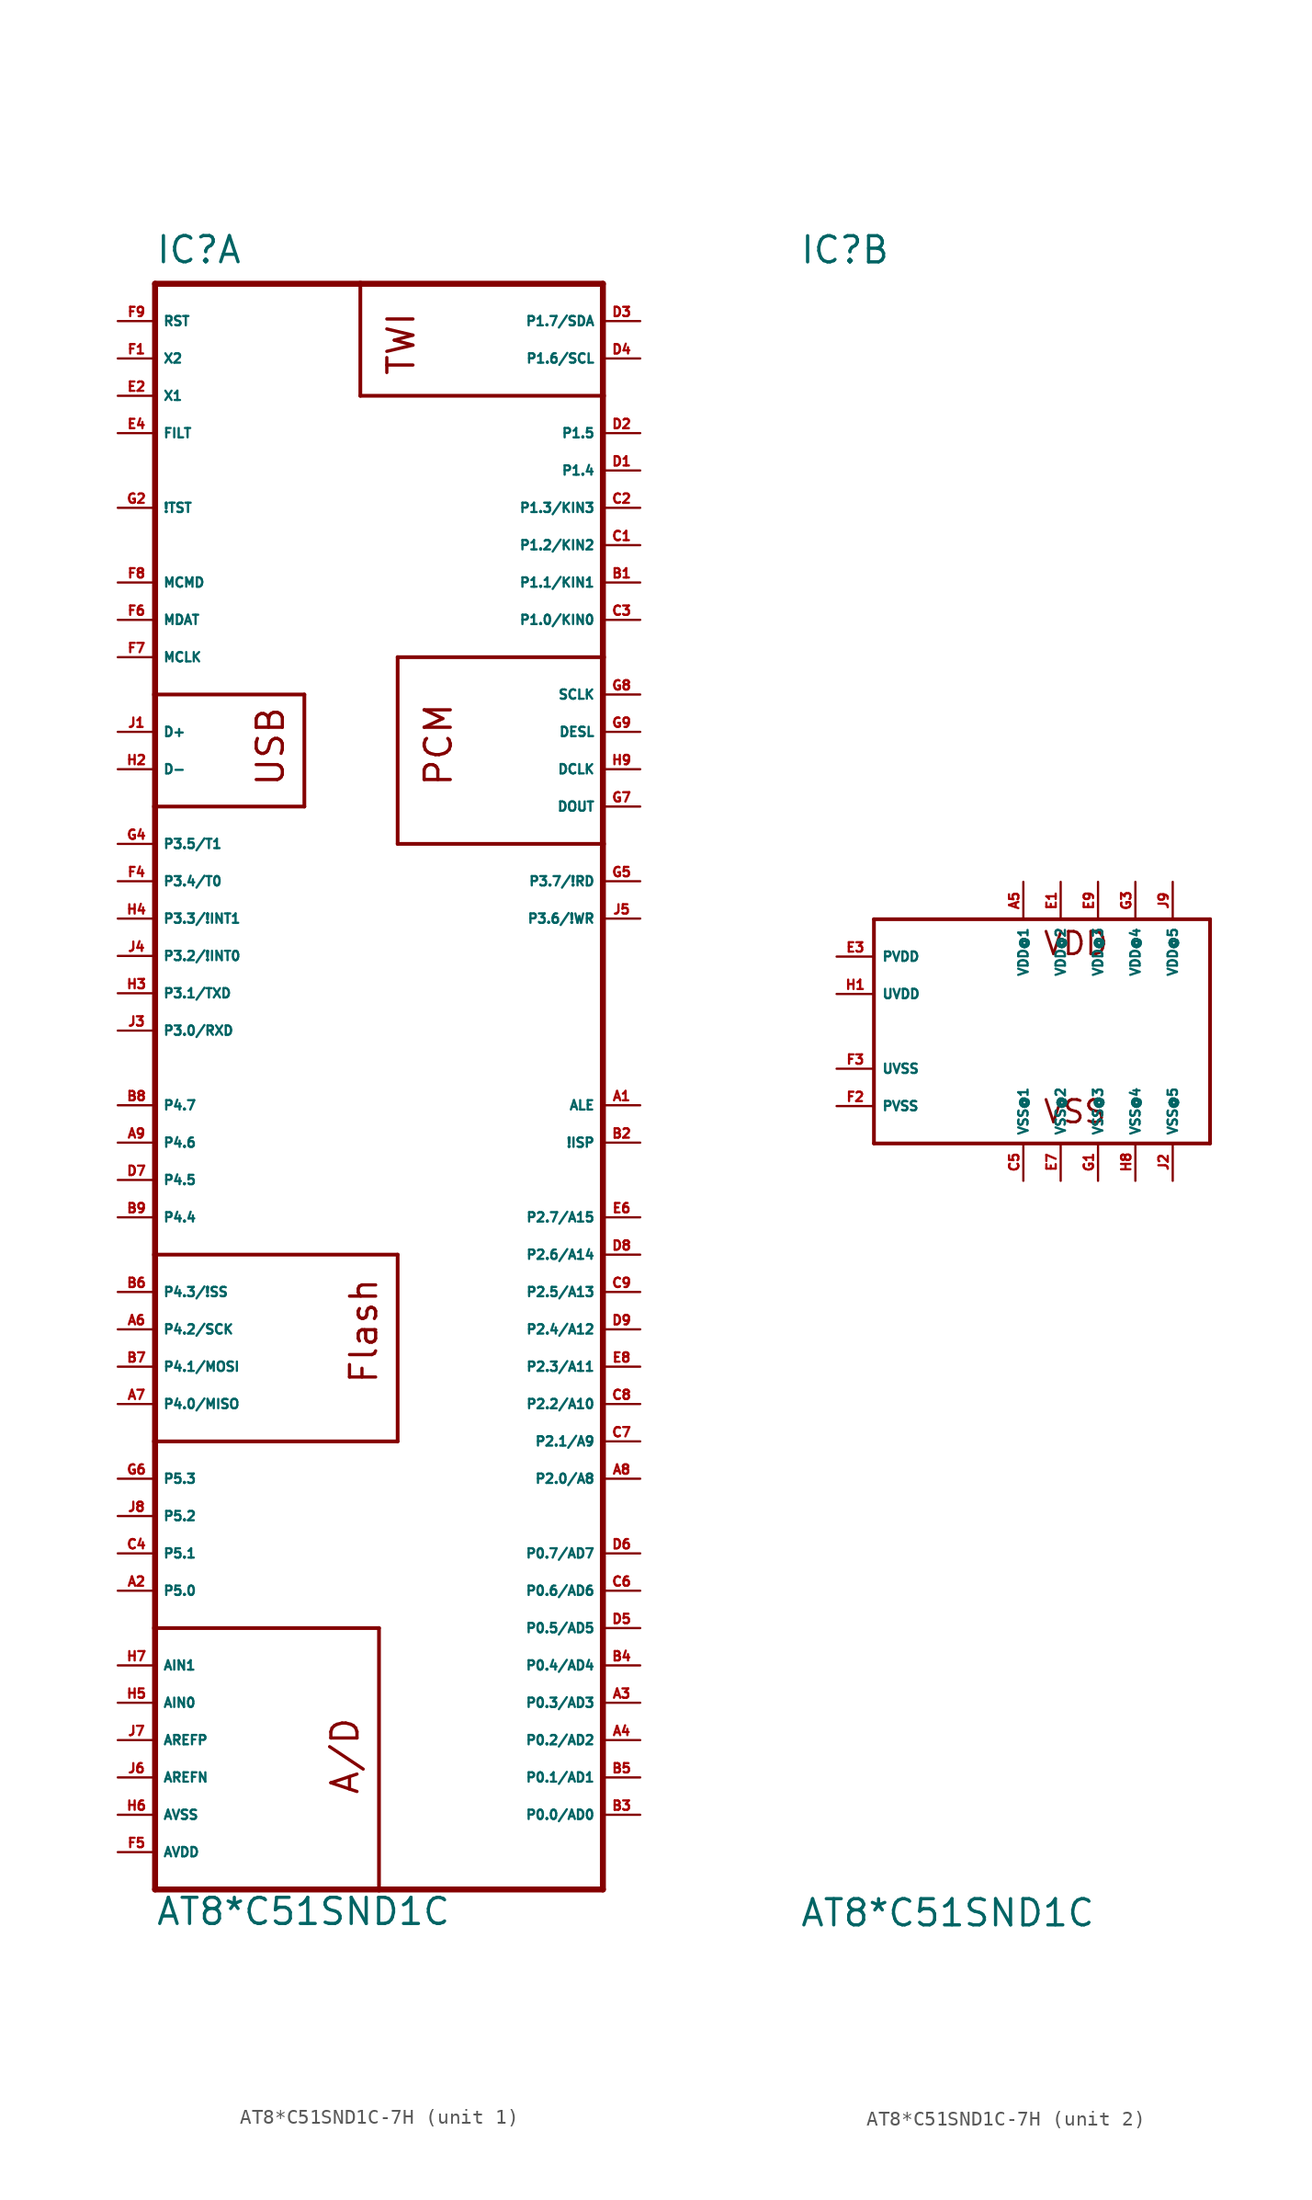
<source format=kicad_sym>
(kicad_symbol_lib
  (version 20220914)
  (generator Eagle2Kicad)
  (symbol "AT8*C51SND1C-7H"
    (property "Reference" "IC"
      (at -15.24 52.07 0)
      (effects (font (size 1.778 1.778) (thickness 0.22)) (justify left bottom)))
    (property "Value" "AT8*C51SND1C"
      (at -15.24 -60.96 0)
      (effects (font (size 1.778 1.778) (thickness 0.22)) (justify left bottom)))
    (symbol "AT8*C51SND1C-7H_1_0"
      (polyline (pts (xy -15.24 50.8) (xy -1.27 50.8)) (stroke (width 0.406) (type default)) (fill (type none)))
      (polyline (pts (xy -1.27 50.8) (xy 15.24 50.8)) (stroke (width 0.406) (type default)) (fill (type none)))
      (polyline (pts (xy 15.24 50.8) (xy 15.24 43.18)) (stroke (width 0.406) (type default)) (fill (type none)))
      (polyline (pts (xy 15.24 43.18) (xy 15.24 25.4)) (stroke (width 0.406) (type default)) (fill (type none)))
      (polyline (pts (xy 15.24 25.4) (xy 15.24 12.7)) (stroke (width 0.406) (type default)) (fill (type none)))
      (polyline (pts (xy 15.24 12.7) (xy 15.24 -58.42)) (stroke (width 0.406) (type default)) (fill (type none)))
      (polyline (pts (xy 15.24 -58.42) (xy 0 -58.42)) (stroke (width 0.406) (type default)) (fill (type none)))
      (polyline (pts (xy 0 -58.42) (xy -15.24 -58.42)) (stroke (width 0.406) (type default)) (fill (type none)))
      (polyline (pts (xy -15.24 -58.42) (xy -15.24 -40.64)) (stroke (width 0.406) (type default)) (fill (type none)))
      (polyline (pts (xy -15.24 -40.64) (xy -15.24 -27.94)) (stroke (width 0.406) (type default)) (fill (type none)))
      (polyline (pts (xy -15.24 -27.94) (xy -15.24 -15.24)) (stroke (width 0.406) (type default)) (fill (type none)))
      (polyline (pts (xy -15.24 -15.24) (xy -15.24 15.24)) (stroke (width 0.406) (type default)) (fill (type none)))
      (polyline (pts (xy -15.24 15.24) (xy -15.24 22.86)) (stroke (width 0.406) (type default)) (fill (type none)))
      (polyline (pts (xy -15.24 22.86) (xy -15.24 50.8)) (stroke (width 0.406) (type default)) (fill (type none)))
      (polyline (pts (xy -15.24 22.86) (xy -5.08 22.86)) (stroke (width 0.254) (type default)) (fill (type none)))
      (polyline (pts (xy -5.08 22.86) (xy -5.08 15.24)) (stroke (width 0.254) (type default)) (fill (type none)))
      (polyline (pts (xy -5.08 15.24) (xy -15.24 15.24)) (stroke (width 0.254) (type default)) (fill (type none)))
      (polyline (pts (xy -15.24 -15.24) (xy 1.27 -15.24)) (stroke (width 0.254) (type default)) (fill (type none)))
      (polyline (pts (xy 1.27 -15.24) (xy 1.27 -27.94)) (stroke (width 0.254) (type default)) (fill (type none)))
      (polyline (pts (xy 1.27 -27.94) (xy -15.24 -27.94)) (stroke (width 0.254) (type default)) (fill (type none)))
      (polyline (pts (xy -15.24 -40.64) (xy 0 -40.64)) (stroke (width 0.254) (type default)) (fill (type none)))
      (polyline (pts (xy 0 -40.64) (xy 0 -58.42)) (stroke (width 0.254) (type default)) (fill (type none)))
      (polyline (pts (xy 15.24 43.18) (xy -1.27 43.18)) (stroke (width 0.254) (type default)) (fill (type none)))
      (polyline (pts (xy -1.27 43.18) (xy -1.27 50.8)) (stroke (width 0.254) (type default)) (fill (type none)))
      (polyline (pts (xy 15.24 12.7) (xy 1.27 12.7)) (stroke (width 0.254) (type default)) (fill (type none)))
      (polyline (pts (xy 1.27 12.7) (xy 1.27 25.4)) (stroke (width 0.254) (type default)) (fill (type none)))
      (polyline (pts (xy 1.27 25.4) (xy 15.24 25.4)) (stroke (width 0.254) (type default)) (fill (type none)))
      (text "USB" (at -6.35 16.51 900) (effects (font (size 1.778 1.778) (thickness 0.22)) (justify left bottom)))
      (text "Flash" (at 0 -24.13 900) (effects (font (size 1.778 1.778) (thickness 0.22)) (justify left bottom)))
      (text "A/D" (at -1.27 -52.07 900) (effects (font (size 1.778 1.778) (thickness 0.22)) (justify left bottom)))
      (text "TWI" (at 2.54 44.45 900) (effects (font (size 1.778 1.778) (thickness 0.22)) (justify left bottom)))
      (text "PCM" (at 5.08 16.51 900) (effects (font (size 1.778 1.778) (thickness 0.22)) (justify left bottom)))
      (pin unspecified line (at -17.78 -55.88 0) (length 2.54) (name "AVDD" (effects (font (size 0.635 0.635) (thickness 0.08)) (justify left bottom))) (number "F5" (effects (font (size 0.635 0.635) (thickness 0.08)) (justify left bottom))))
      (pin unspecified line (at -17.78 -53.34 0) (length 2.54) (name "AVSS" (effects (font (size 0.635 0.635) (thickness 0.08)) (justify left bottom))) (number "H6" (effects (font (size 0.635 0.635) (thickness 0.08)) (justify left bottom))))
      (pin input line (at -17.78 -50.8 0) (length 2.54) (name "AREFN" (effects (font (size 0.635 0.635) (thickness 0.08)) (justify left bottom))) (number "J6" (effects (font (size 0.635 0.635) (thickness 0.08)) (justify left bottom))))
      (pin input line (at -17.78 -45.72 0) (length 2.54) (name "AIN0" (effects (font (size 0.635 0.635) (thickness 0.08)) (justify left bottom))) (number "H5" (effects (font (size 0.635 0.635) (thickness 0.08)) (justify left bottom))))
      (pin input line (at -17.78 -43.18 0) (length 2.54) (name "AIN1" (effects (font (size 0.635 0.635) (thickness 0.08)) (justify left bottom))) (number "H7" (effects (font (size 0.635 0.635) (thickness 0.08)) (justify left bottom))))
      (pin bidirectional line (at -17.78 2.54 0) (length 2.54) (name "P3.1/TXD" (effects (font (size 0.635 0.635) (thickness 0.08)) (justify left bottom))) (number "H3" (effects (font (size 0.635 0.635) (thickness 0.08)) (justify left bottom))))
      (pin bidirectional line (at -17.78 0 0) (length 2.54) (name "P3.0/RXD" (effects (font (size 0.635 0.635) (thickness 0.08)) (justify left bottom))) (number "J3" (effects (font (size 0.635 0.635) (thickness 0.08)) (justify left bottom))))
      (pin bidirectional line (at -17.78 10.16 0) (length 2.54) (name "P3.4/T0" (effects (font (size 0.635 0.635) (thickness 0.08)) (justify left bottom))) (number "F4" (effects (font (size 0.635 0.635) (thickness 0.08)) (justify left bottom))))
      (pin bidirectional line (at -17.78 12.7 0) (length 2.54) (name "P3.5/T1" (effects (font (size 0.635 0.635) (thickness 0.08)) (justify left bottom))) (number "G4" (effects (font (size 0.635 0.635) (thickness 0.08)) (justify left bottom))))
      (pin input line (at -17.78 -17.78 0) (length 2.54) (name "P4.3/!SS" (effects (font (size 0.635 0.635) (thickness 0.08)) (justify left bottom))) (number "B6" (effects (font (size 0.635 0.635) (thickness 0.08)) (justify left bottom))))
      (pin input line (at -17.78 -25.4 0) (length 2.54) (name "P4.0/MISO" (effects (font (size 0.635 0.635) (thickness 0.08)) (justify left bottom))) (number "A7" (effects (font (size 0.635 0.635) (thickness 0.08)) (justify left bottom))))
      (pin output line (at -17.78 -22.86 0) (length 2.54) (name "P4.1/MOSI" (effects (font (size 0.635 0.635) (thickness 0.08)) (justify left bottom))) (number "B7" (effects (font (size 0.635 0.635) (thickness 0.08)) (justify left bottom))))
      (pin output line (at -17.78 -20.32 0) (length 2.54) (name "P4.2/SCK" (effects (font (size 0.635 0.635) (thickness 0.08)) (justify left bottom))) (number "A6" (effects (font (size 0.635 0.635) (thickness 0.08)) (justify left bottom))))
      (pin bidirectional line (at 17.78 45.72 180) (length 2.54) (name "P1.6/SCL" (effects (font (size 0.635 0.635) (thickness 0.08)) (justify left bottom))) (number "D4" (effects (font (size 0.635 0.635) (thickness 0.08)) (justify left bottom))))
      (pin bidirectional line (at 17.78 48.26 180) (length 2.54) (name "P1.7/SDA" (effects (font (size 0.635 0.635) (thickness 0.08)) (justify left bottom))) (number "D3" (effects (font (size 0.635 0.635) (thickness 0.08)) (justify left bottom))))
      (pin bidirectional line (at -17.78 5.08 0) (length 2.54) (name "P3.2/!INT0" (effects (font (size 0.635 0.635) (thickness 0.08)) (justify left bottom))) (number "J4" (effects (font (size 0.635 0.635) (thickness 0.08)) (justify left bottom))))
      (pin bidirectional line (at -17.78 7.62 0) (length 2.54) (name "P3.3/!INT1" (effects (font (size 0.635 0.635) (thickness 0.08)) (justify left bottom))) (number "H4" (effects (font (size 0.635 0.635) (thickness 0.08)) (justify left bottom))))
      (pin input line (at -17.78 40.64 0) (length 2.54) (name "FILT" (effects (font (size 0.635 0.635) (thickness 0.08)) (justify left bottom))) (number "E4" (effects (font (size 0.635 0.635) (thickness 0.08)) (justify left bottom))))
      (pin input line (at -17.78 43.18 0) (length 2.54) (name "X1" (effects (font (size 0.635 0.635) (thickness 0.08)) (justify left bottom))) (number "E2" (effects (font (size 0.635 0.635) (thickness 0.08)) (justify left bottom))))
      (pin output line (at -17.78 45.72 0) (length 2.54) (name "X2" (effects (font (size 0.635 0.635) (thickness 0.08)) (justify left bottom))) (number "F1" (effects (font (size 0.635 0.635) (thickness 0.08)) (justify left bottom))))
      (pin input line (at -17.78 48.26 0) (length 2.54) (name "RST" (effects (font (size 0.635 0.635) (thickness 0.08)) (justify left bottom))) (number "F9" (effects (font (size 0.635 0.635) (thickness 0.08)) (justify left bottom))))
      (pin input line (at 17.78 -7.62 180) (length 2.54) (name "!ISP" (effects (font (size 0.635 0.635) (thickness 0.08)) (justify left bottom))) (number "B2" (effects (font (size 0.635 0.635) (thickness 0.08)) (justify left bottom))))
      (pin output line (at 17.78 -5.08 180) (length 2.54) (name "ALE" (effects (font (size 0.635 0.635) (thickness 0.08)) (justify left bottom))) (number "A1" (effects (font (size 0.635 0.635) (thickness 0.08)) (justify left bottom))))
      (pin output line (at 17.78 15.24 180) (length 2.54) (name "DOUT" (effects (font (size 0.635 0.635) (thickness 0.08)) (justify left bottom))) (number "G7" (effects (font (size 0.635 0.635) (thickness 0.08)) (justify left bottom))))
      (pin output line (at 17.78 17.78 180) (length 2.54) (name "DCLK" (effects (font (size 0.635 0.635) (thickness 0.08)) (justify left bottom))) (number "H9" (effects (font (size 0.635 0.635) (thickness 0.08)) (justify left bottom))))
      (pin output line (at 17.78 20.32 180) (length 2.54) (name "DESL" (effects (font (size 0.635 0.635) (thickness 0.08)) (justify left bottom))) (number "G9" (effects (font (size 0.635 0.635) (thickness 0.08)) (justify left bottom))))
      (pin output line (at 17.78 22.86 180) (length 2.54) (name "SCLK" (effects (font (size 0.635 0.635) (thickness 0.08)) (justify left bottom))) (number "G8" (effects (font (size 0.635 0.635) (thickness 0.08)) (justify left bottom))))
      (pin bidirectional line (at -17.78 20.32 0) (length 2.54) (name "D+" (effects (font (size 0.635 0.635) (thickness 0.08)) (justify left bottom))) (number "J1" (effects (font (size 0.635 0.635) (thickness 0.08)) (justify left bottom))))
      (pin bidirectional line (at -17.78 17.78 0) (length 2.54) (name "D-" (effects (font (size 0.635 0.635) (thickness 0.08)) (justify left bottom))) (number "H2" (effects (font (size 0.635 0.635) (thickness 0.08)) (justify left bottom))))
      (pin output line (at -17.78 25.4 0) (length 2.54) (name "MCLK" (effects (font (size 0.635 0.635) (thickness 0.08)) (justify left bottom))) (number "F7" (effects (font (size 0.635 0.635) (thickness 0.08)) (justify left bottom))))
      (pin bidirectional line (at -17.78 27.94 0) (length 2.54) (name "MDAT" (effects (font (size 0.635 0.635) (thickness 0.08)) (justify left bottom))) (number "F6" (effects (font (size 0.635 0.635) (thickness 0.08)) (justify left bottom))))
      (pin bidirectional line (at -17.78 30.48 0) (length 2.54) (name "MCMD" (effects (font (size 0.635 0.635) (thickness 0.08)) (justify left bottom))) (number "F8" (effects (font (size 0.635 0.635) (thickness 0.08)) (justify left bottom))))
      (pin bidirectional line (at 17.78 27.94 180) (length 2.54) (name "P1.0/KIN0" (effects (font (size 0.635 0.635) (thickness 0.08)) (justify left bottom))) (number "C3" (effects (font (size 0.635 0.635) (thickness 0.08)) (justify left bottom))))
      (pin bidirectional line (at 17.78 30.48 180) (length 2.54) (name "P1.1/KIN1" (effects (font (size 0.635 0.635) (thickness 0.08)) (justify left bottom))) (number "B1" (effects (font (size 0.635 0.635) (thickness 0.08)) (justify left bottom))))
      (pin bidirectional line (at 17.78 33.02 180) (length 2.54) (name "P1.2/KIN2" (effects (font (size 0.635 0.635) (thickness 0.08)) (justify left bottom))) (number "C1" (effects (font (size 0.635 0.635) (thickness 0.08)) (justify left bottom))))
      (pin bidirectional line (at 17.78 35.56 180) (length 2.54) (name "P1.3/KIN3" (effects (font (size 0.635 0.635) (thickness 0.08)) (justify left bottom))) (number "C2" (effects (font (size 0.635 0.635) (thickness 0.08)) (justify left bottom))))
      (pin bidirectional line (at 17.78 38.1 180) (length 2.54) (name "P1.4" (effects (font (size 0.635 0.635) (thickness 0.08)) (justify left bottom))) (number "D1" (effects (font (size 0.635 0.635) (thickness 0.08)) (justify left bottom))))
      (pin bidirectional line (at 17.78 40.64 180) (length 2.54) (name "P1.5" (effects (font (size 0.635 0.635) (thickness 0.08)) (justify left bottom))) (number "D2" (effects (font (size 0.635 0.635) (thickness 0.08)) (justify left bottom))))
      (pin bidirectional line (at 17.78 7.62 180) (length 2.54) (name "P3.6/!WR" (effects (font (size 0.635 0.635) (thickness 0.08)) (justify left bottom))) (number "J5" (effects (font (size 0.635 0.635) (thickness 0.08)) (justify left bottom))))
      (pin bidirectional line (at 17.78 10.16 180) (length 2.54) (name "P3.7/!RD" (effects (font (size 0.635 0.635) (thickness 0.08)) (justify left bottom))) (number "G5" (effects (font (size 0.635 0.635) (thickness 0.08)) (justify left bottom))))
      (pin bidirectional line (at -17.78 -33.02 0) (length 2.54) (name "P5.2" (effects (font (size 0.635 0.635) (thickness 0.08)) (justify left bottom))) (number "J8" (effects (font (size 0.635 0.635) (thickness 0.08)) (justify left bottom))))
      (pin bidirectional line (at -17.78 -30.48 0) (length 2.54) (name "P5.3" (effects (font (size 0.635 0.635) (thickness 0.08)) (justify left bottom))) (number "G6" (effects (font (size 0.635 0.635) (thickness 0.08)) (justify left bottom))))
      (pin bidirectional line (at -17.78 -35.56 0) (length 2.54) (name "P5.1" (effects (font (size 0.635 0.635) (thickness 0.08)) (justify left bottom))) (number "C4" (effects (font (size 0.635 0.635) (thickness 0.08)) (justify left bottom))))
      (pin bidirectional line (at -17.78 -38.1 0) (length 2.54) (name "P5.0" (effects (font (size 0.635 0.635) (thickness 0.08)) (justify left bottom))) (number "A2" (effects (font (size 0.635 0.635) (thickness 0.08)) (justify left bottom))))
      (pin bidirectional line (at 17.78 -53.34 180) (length 2.54) (name "P0.0/AD0" (effects (font (size 0.635 0.635) (thickness 0.08)) (justify left bottom))) (number "B3" (effects (font (size 0.635 0.635) (thickness 0.08)) (justify left bottom))))
      (pin bidirectional line (at 17.78 -50.8 180) (length 2.54) (name "P0.1/AD1" (effects (font (size 0.635 0.635) (thickness 0.08)) (justify left bottom))) (number "B5" (effects (font (size 0.635 0.635) (thickness 0.08)) (justify left bottom))))
      (pin bidirectional line (at 17.78 -48.26 180) (length 2.54) (name "P0.2/AD2" (effects (font (size 0.635 0.635) (thickness 0.08)) (justify left bottom))) (number "A4" (effects (font (size 0.635 0.635) (thickness 0.08)) (justify left bottom))))
      (pin bidirectional line (at 17.78 -45.72 180) (length 2.54) (name "P0.3/AD3" (effects (font (size 0.635 0.635) (thickness 0.08)) (justify left bottom))) (number "A3" (effects (font (size 0.635 0.635) (thickness 0.08)) (justify left bottom))))
      (pin bidirectional line (at 17.78 -43.18 180) (length 2.54) (name "P0.4/AD4" (effects (font (size 0.635 0.635) (thickness 0.08)) (justify left bottom))) (number "B4" (effects (font (size 0.635 0.635) (thickness 0.08)) (justify left bottom))))
      (pin bidirectional line (at 17.78 -40.64 180) (length 2.54) (name "P0.5/AD5" (effects (font (size 0.635 0.635) (thickness 0.08)) (justify left bottom))) (number "D5" (effects (font (size 0.635 0.635) (thickness 0.08)) (justify left bottom))))
      (pin bidirectional line (at 17.78 -38.1 180) (length 2.54) (name "P0.6/AD6" (effects (font (size 0.635 0.635) (thickness 0.08)) (justify left bottom))) (number "C6" (effects (font (size 0.635 0.635) (thickness 0.08)) (justify left bottom))))
      (pin bidirectional line (at 17.78 -35.56 180) (length 2.54) (name "P0.7/AD7" (effects (font (size 0.635 0.635) (thickness 0.08)) (justify left bottom))) (number "D6" (effects (font (size 0.635 0.635) (thickness 0.08)) (justify left bottom))))
      (pin bidirectional line (at 17.78 -30.48 180) (length 2.54) (name "P2.0/A8" (effects (font (size 0.635 0.635) (thickness 0.08)) (justify left bottom))) (number "A8" (effects (font (size 0.635 0.635) (thickness 0.08)) (justify left bottom))))
      (pin bidirectional line (at 17.78 -27.94 180) (length 2.54) (name "P2.1/A9" (effects (font (size 0.635 0.635) (thickness 0.08)) (justify left bottom))) (number "C7" (effects (font (size 0.635 0.635) (thickness 0.08)) (justify left bottom))))
      (pin bidirectional line (at 17.78 -25.4 180) (length 2.54) (name "P2.2/A10" (effects (font (size 0.635 0.635) (thickness 0.08)) (justify left bottom))) (number "C8" (effects (font (size 0.635 0.635) (thickness 0.08)) (justify left bottom))))
      (pin bidirectional line (at 17.78 -22.86 180) (length 2.54) (name "P2.3/A11" (effects (font (size 0.635 0.635) (thickness 0.08)) (justify left bottom))) (number "E8" (effects (font (size 0.635 0.635) (thickness 0.08)) (justify left bottom))))
      (pin bidirectional line (at 17.78 -20.32 180) (length 2.54) (name "P2.4/A12" (effects (font (size 0.635 0.635) (thickness 0.08)) (justify left bottom))) (number "D9" (effects (font (size 0.635 0.635) (thickness 0.08)) (justify left bottom))))
      (pin bidirectional line (at 17.78 -17.78 180) (length 2.54) (name "P2.5/A13" (effects (font (size 0.635 0.635) (thickness 0.08)) (justify left bottom))) (number "C9" (effects (font (size 0.635 0.635) (thickness 0.08)) (justify left bottom))))
      (pin bidirectional line (at 17.78 -15.24 180) (length 2.54) (name "P2.6/A14" (effects (font (size 0.635 0.635) (thickness 0.08)) (justify left bottom))) (number "D8" (effects (font (size 0.635 0.635) (thickness 0.08)) (justify left bottom))))
      (pin bidirectional line (at 17.78 -12.7 180) (length 2.54) (name "P2.7/A15" (effects (font (size 0.635 0.635) (thickness 0.08)) (justify left bottom))) (number "E6" (effects (font (size 0.635 0.635) (thickness 0.08)) (justify left bottom))))
      (pin input line (at -17.78 -12.7 0) (length 2.54) (name "P4.4" (effects (font (size 0.635 0.635) (thickness 0.08)) (justify left bottom))) (number "B9" (effects (font (size 0.635 0.635) (thickness 0.08)) (justify left bottom))))
      (pin input line (at -17.78 -10.16 0) (length 2.54) (name "P4.5" (effects (font (size 0.635 0.635) (thickness 0.08)) (justify left bottom))) (number "D7" (effects (font (size 0.635 0.635) (thickness 0.08)) (justify left bottom))))
      (pin input line (at -17.78 -7.62 0) (length 2.54) (name "P4.6" (effects (font (size 0.635 0.635) (thickness 0.08)) (justify left bottom))) (number "A9" (effects (font (size 0.635 0.635) (thickness 0.08)) (justify left bottom))))
      (pin input line (at -17.78 -5.08 0) (length 2.54) (name "P4.7" (effects (font (size 0.635 0.635) (thickness 0.08)) (justify left bottom))) (number "B8" (effects (font (size 0.635 0.635) (thickness 0.08)) (justify left bottom))))
      (pin input line (at -17.78 -48.26 0) (length 2.54) (name "AREFP" (effects (font (size 0.635 0.635) (thickness 0.08)) (justify left bottom))) (number "J7" (effects (font (size 0.635 0.635) (thickness 0.08)) (justify left bottom))))
      (pin input line (at -17.78 35.56 0) (length 2.54) (name "!TST" (effects (font (size 0.635 0.635) (thickness 0.08)) (justify left bottom))) (number "G2" (effects (font (size 0.635 0.635) (thickness 0.08)) (justify left bottom)))))
    (symbol "AT8*C51SND1C-7H_2_0"
      (polyline (pts (xy -10.16 7.62) (xy 12.7 7.62)) (stroke (width 0.254) (type default)) (fill (type none)))
      (polyline (pts (xy 12.7 7.62) (xy 12.7 -7.62)) (stroke (width 0.254) (type default)) (fill (type none)))
      (polyline (pts (xy 12.7 -7.62) (xy -10.16 -7.62)) (stroke (width 0.254) (type default)) (fill (type none)))
      (polyline (pts (xy -10.16 -7.62) (xy -10.16 7.62)) (stroke (width 0.254) (type default)) (fill (type none)))
      (text "VDD" (at 1.27 5.08 0) (effects (font (size 1.524 1.524) (thickness 0.19)) (justify left bottom)))
      (text "VSS" (at 1.27 -6.35 0) (effects (font (size 1.524 1.524) (thickness 0.19)) (justify left bottom)))
      (pin unspecified line (at 0 10.16 270) (length 2.54) (name "VDD@1" (effects (font (size 0.635 0.635) (thickness 0.08)) (justify left bottom))) (number "A5" (effects (font (size 0.635 0.635) (thickness 0.08)) (justify left bottom))))
      (pin unspecified line (at 2.54 10.16 270) (length 2.54) (name "VDD@2" (effects (font (size 0.635 0.635) (thickness 0.08)) (justify left bottom))) (number "E1" (effects (font (size 0.635 0.635) (thickness 0.08)) (justify left bottom))))
      (pin unspecified line (at 5.08 10.16 270) (length 2.54) (name "VDD@3" (effects (font (size 0.635 0.635) (thickness 0.08)) (justify left bottom))) (number "E9" (effects (font (size 0.635 0.635) (thickness 0.08)) (justify left bottom))))
      (pin unspecified line (at 7.62 10.16 270) (length 2.54) (name "VDD@4" (effects (font (size 0.635 0.635) (thickness 0.08)) (justify left bottom))) (number "G3" (effects (font (size 0.635 0.635) (thickness 0.08)) (justify left bottom))))
      (pin unspecified line (at 0 -10.16 90) (length 2.54) (name "VSS@1" (effects (font (size 0.635 0.635) (thickness 0.08)) (justify left bottom))) (number "C5" (effects (font (size 0.635 0.635) (thickness 0.08)) (justify left bottom))))
      (pin unspecified line (at 2.54 -10.16 90) (length 2.54) (name "VSS@2" (effects (font (size 0.635 0.635) (thickness 0.08)) (justify left bottom))) (number "E7" (effects (font (size 0.635 0.635) (thickness 0.08)) (justify left bottom))))
      (pin unspecified line (at 5.08 -10.16 90) (length 2.54) (name "VSS@3" (effects (font (size 0.635 0.635) (thickness 0.08)) (justify left bottom))) (number "G1" (effects (font (size 0.635 0.635) (thickness 0.08)) (justify left bottom))))
      (pin unspecified line (at 7.62 -10.16 90) (length 2.54) (name "VSS@4" (effects (font (size 0.635 0.635) (thickness 0.08)) (justify left bottom))) (number "H8" (effects (font (size 0.635 0.635) (thickness 0.08)) (justify left bottom))))
      (pin unspecified line (at -12.7 5.08 0) (length 2.54) (name "PVDD" (effects (font (size 0.635 0.635) (thickness 0.08)) (justify left bottom))) (number "E3" (effects (font (size 0.635 0.635) (thickness 0.08)) (justify left bottom))))
      (pin unspecified line (at -12.7 -5.08 0) (length 2.54) (name "PVSS" (effects (font (size 0.635 0.635) (thickness 0.08)) (justify left bottom))) (number "F2" (effects (font (size 0.635 0.635) (thickness 0.08)) (justify left bottom))))
      (pin unspecified line (at -12.7 2.54 0) (length 2.54) (name "UVDD" (effects (font (size 0.635 0.635) (thickness 0.08)) (justify left bottom))) (number "H1" (effects (font (size 0.635 0.635) (thickness 0.08)) (justify left bottom))))
      (pin unspecified line (at -12.7 -2.54 0) (length 2.54) (name "UVSS" (effects (font (size 0.635 0.635) (thickness 0.08)) (justify left bottom))) (number "F3" (effects (font (size 0.635 0.635) (thickness 0.08)) (justify left bottom))))
      (pin unspecified line (at 10.16 10.16 270) (length 2.54) (name "VDD@5" (effects (font (size 0.635 0.635) (thickness 0.08)) (justify left bottom))) (number "J9" (effects (font (size 0.635 0.635) (thickness 0.08)) (justify left bottom))))
      (pin unspecified line (at 10.16 -10.16 90) (length 2.54) (name "VSS@5" (effects (font (size 0.635 0.635) (thickness 0.08)) (justify left bottom))) (number "J2" (effects (font (size 0.635 0.635) (thickness 0.08)) (justify left bottom)))))))
</source>
